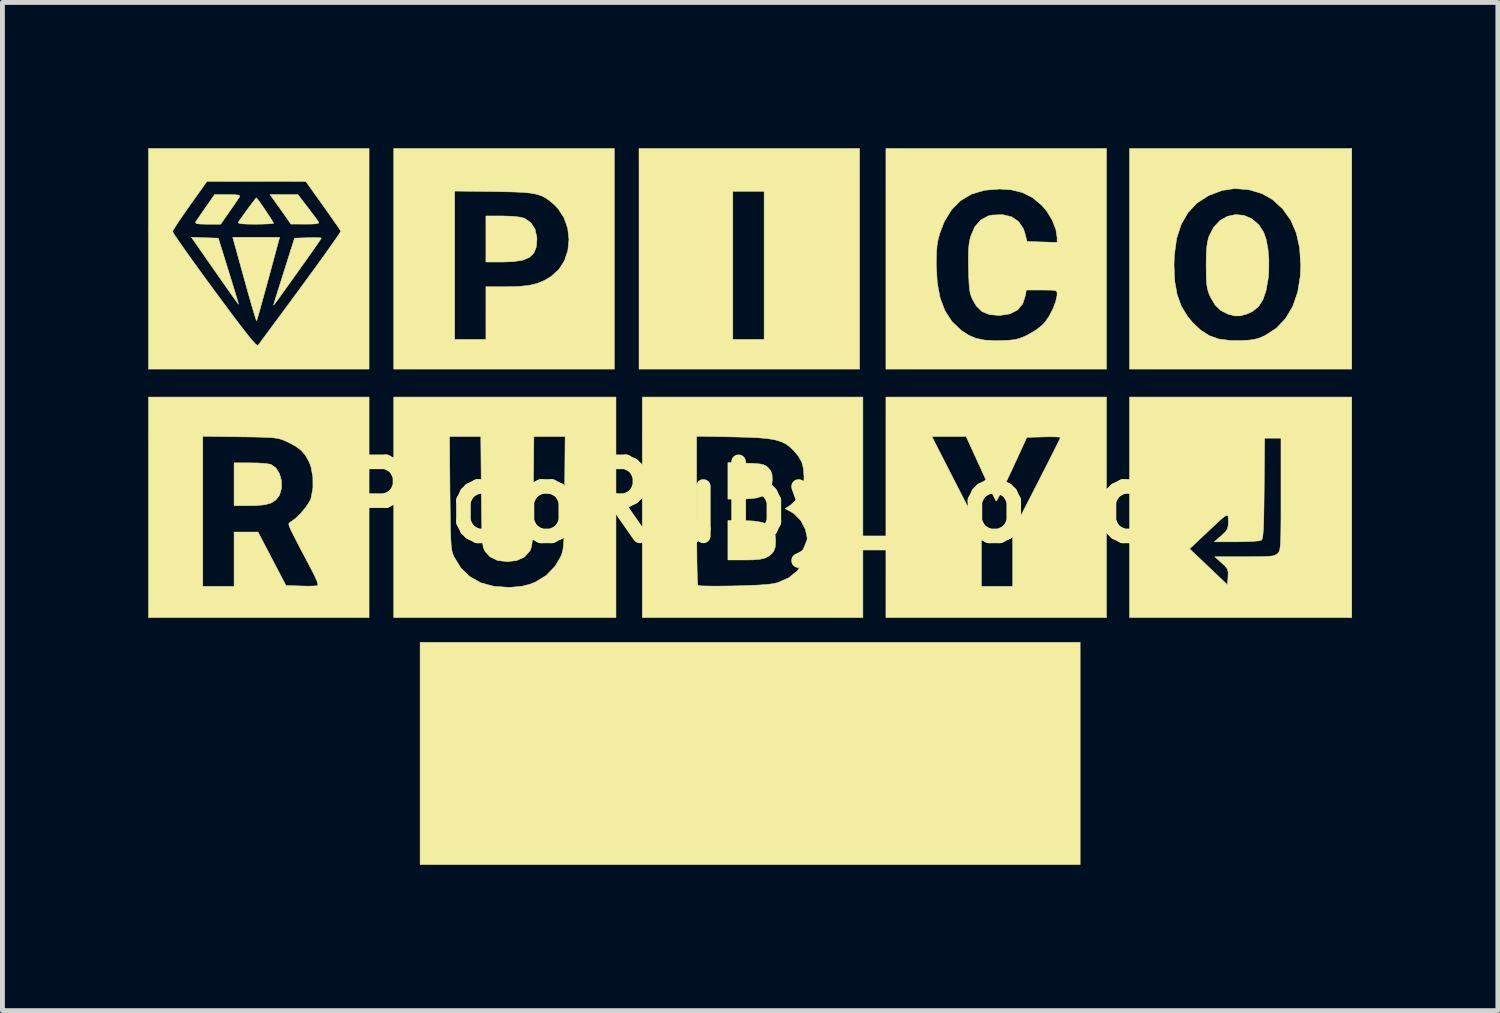
<source format=kicad_pcb>
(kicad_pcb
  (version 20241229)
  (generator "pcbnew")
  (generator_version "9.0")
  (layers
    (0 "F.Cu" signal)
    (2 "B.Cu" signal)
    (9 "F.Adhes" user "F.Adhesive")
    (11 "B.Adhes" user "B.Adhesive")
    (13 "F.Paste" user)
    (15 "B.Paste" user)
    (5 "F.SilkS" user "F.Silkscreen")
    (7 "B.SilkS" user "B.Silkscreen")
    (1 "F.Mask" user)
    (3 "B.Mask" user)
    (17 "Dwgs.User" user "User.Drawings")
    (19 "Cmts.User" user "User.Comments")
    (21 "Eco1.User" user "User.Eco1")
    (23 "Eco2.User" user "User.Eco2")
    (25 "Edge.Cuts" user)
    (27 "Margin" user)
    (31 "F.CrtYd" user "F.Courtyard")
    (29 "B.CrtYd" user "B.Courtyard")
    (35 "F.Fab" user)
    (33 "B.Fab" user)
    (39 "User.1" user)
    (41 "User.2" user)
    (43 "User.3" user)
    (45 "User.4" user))
  (footprint "PicoRuby_Logo"
    (layer "F.Cu")
    (at 12.4 7.286)
    (property "Reference" "PicoRuby_Logo" (at 0 0 0) (layer "F.SilkS") (effects (font (size 1.524 1.524) (thickness 0.3))))
    (attr through_hole)
    (fp_poly (pts (xy 6.773 7.451) (xy -6.807 7.451) (xy -6.807 2.879) (xy 6.773 2.879) (xy 6.773 7.451)) (stroke (width 0.01) (type solid)) (fill yes) (layer "F.SilkS"))
    (fp_poly (pts (xy 2.235 -2.743) (xy -2.303 -2.743) (xy -2.303 -6.401) (xy -0.373 -6.401) (xy -0.373 -3.353) (xy 0.271 -3.353) (xy 0.271 -6.401) (xy -0.373 -6.401) (xy -2.303 -6.401) (xy -2.303 -7.281) (xy 2.235 -7.281) (xy 2.235 -2.743)) (stroke (width 0.01) (type solid)) (fill yes) (layer "F.SilkS"))
    (fp_poly (pts (xy -11.236 -5.445) (xy -10.959 -5.436) (xy -10.748 -4.759) (xy -10.686 -4.557) (xy -10.631 -4.379) (xy -10.587 -4.234) (xy -10.557 -4.131) (xy -10.544 -4.081) (xy -10.543 -4.077) (xy -10.564 -4.103) (xy -10.617 -4.176) (xy -10.699 -4.29) (xy -10.803 -4.438) (xy -10.925 -4.612) (xy -11.031 -4.764) (xy -11.513 -5.455) (xy -11.236 -5.445)) (stroke (width 0.01) (type solid)) (fill yes) (layer "F.SilkS"))
    (fp_poly (pts (xy -9.12 -6.071) (xy -9.031 -5.953) (xy -8.956 -5.854) (xy -8.907 -5.785) (xy -8.894 -5.766) (xy -8.897 -5.745) (xy -8.943 -5.732) (xy -9.039 -5.726) (xy -9.167 -5.725) (xy -9.466 -5.726) (xy -9.553 -5.852) (xy -9.622 -5.95) (xy -9.708 -6.072) (xy -9.768 -6.155) (xy -9.895 -6.333) (xy -9.322 -6.333) (xy -9.12 -6.071)) (stroke (width 0.01) (type solid)) (fill yes) (layer "F.SilkS"))
    (fp_poly (pts (xy -4.901 -5.886) (xy -4.741 -5.867) (xy -4.656 -5.844) (xy -4.529 -5.756) (xy -4.442 -5.621) (xy -4.404 -5.449) (xy -4.403 -5.409) (xy -4.418 -5.249) (xy -4.467 -5.127) (xy -4.558 -5.04) (xy -4.695 -4.984) (xy -4.885 -4.953) (xy -5.115 -4.945) (xy -5.453 -4.945) (xy -5.453 -5.893) (xy -5.113 -5.893) (xy -4.901 -5.886)) (stroke (width 0.01) (type solid)) (fill yes) (layer "F.SilkS"))
    (fp_poly (pts (xy -0.195 0.373) (xy 0.049 0.383) (xy 0.234 0.412) (xy 0.365 0.466) (xy 0.45 0.547) (xy 0.496 0.659) (xy 0.508 0.791) (xy 0.499 0.92) (xy 0.467 1.007) (xy 0.437 1.046) (xy 0.369 1.106) (xy 0.29 1.146) (xy 0.183 1.171) (xy 0.036 1.183) (xy -0.138 1.185) (xy -0.474 1.185) (xy -0.474 0.373) (xy -0.195 0.373)) (stroke (width 0.01) (type solid)) (fill yes) (layer "F.SilkS"))
    (fp_poly (pts (xy -10.144 -0.81) (xy -10.007 -0.801) (xy -9.907 -0.788) (xy -9.874 -0.78) (xy -9.773 -0.708) (xy -9.7 -0.591) (xy -9.66 -0.448) (xy -9.657 -0.297) (xy -9.696 -0.158) (xy -9.71 -0.133) (xy -9.779 -0.046) (xy -9.873 0.013) (xy -10.005 0.049) (xy -10.185 0.066) (xy -10.309 0.068) (xy -10.634 0.068) (xy -10.634 -0.813) (xy -10.298 -0.813) (xy -10.144 -0.81)) (stroke (width 0.01) (type solid)) (fill yes) (layer "F.SilkS"))
    (fp_poly (pts (xy -0.104 -0.807) (xy 0.062 -0.801) (xy 0.175 -0.792) (xy 0.25 -0.777) (xy 0.303 -0.754) (xy 0.348 -0.719) (xy 0.353 -0.714) (xy 0.408 -0.648) (xy 0.434 -0.571) (xy 0.44 -0.457) (xy 0.422 -0.316) (xy 0.365 -0.21) (xy 0.262 -0.136) (xy 0.109 -0.09) (xy -0.101 -0.07) (xy -0.211 -0.068) (xy -0.474 -0.068) (xy -0.474 -0.819) (xy -0.104 -0.807)) (stroke (width 0.01) (type solid)) (fill yes) (layer "F.SilkS"))
    (fp_poly (pts (xy -9.927 -4.601) (xy -9.99 -4.372) (xy -10.047 -4.166) (xy -10.096 -3.99) (xy -10.134 -3.854) (xy -10.16 -3.767) (xy -10.17 -3.738) (xy -10.183 -3.764) (xy -10.21 -3.847) (xy -10.249 -3.974) (xy -10.296 -4.137) (xy -10.345 -4.309) (xy -10.404 -4.523) (xy -10.464 -4.738) (xy -10.518 -4.935) (xy -10.563 -5.096) (xy -10.584 -5.173) (xy -10.662 -5.453) (xy -9.697 -5.453) (xy -9.927 -4.601)) (stroke (width 0.01) (type solid)) (fill yes) (layer "F.SilkS"))
    (fp_poly (pts (xy -10.627 -6.331) (xy -10.547 -6.322) (xy -10.517 -6.306) (xy -10.519 -6.291) (xy -10.548 -6.246) (xy -10.606 -6.16) (xy -10.683 -6.048) (xy -10.727 -5.986) (xy -10.91 -5.723) (xy -11.18 -5.723) (xy -11.319 -5.726) (xy -11.398 -5.734) (xy -11.428 -5.751) (xy -11.426 -5.766) (xy -11.396 -5.811) (xy -11.338 -5.897) (xy -11.261 -6.009) (xy -11.218 -6.071) (xy -11.035 -6.333) (xy -10.765 -6.333) (xy -10.627 -6.331)) (stroke (width 0.01) (type solid)) (fill yes) (layer "F.SilkS"))
    (fp_poly (pts (xy -10.152 -6.239) (xy -10.102 -6.172) (xy -10.036 -6.078) (xy -9.965 -5.973) (xy -9.899 -5.873) (xy -9.848 -5.792) (xy -9.822 -5.746) (xy -9.821 -5.742) (xy -9.853 -5.735) (xy -9.939 -5.729) (xy -10.065 -5.725) (xy -10.196 -5.723) (xy -10.364 -5.725) (xy -10.474 -5.731) (xy -10.532 -5.742) (xy -10.548 -5.758) (xy -10.545 -5.766) (xy -10.506 -5.825) (xy -10.443 -5.913) (xy -10.37 -6.015) (xy -10.295 -6.115) (xy -10.231 -6.2) (xy -10.187 -6.254) (xy -10.175 -6.265) (xy -10.152 -6.239)) (stroke (width 0.01) (type solid)) (fill yes) (layer "F.SilkS"))
    (fp_poly (pts (xy -8.892 -5.446) (xy -8.842 -5.44) (xy -8.839 -5.437) (xy -8.858 -5.405) (xy -8.911 -5.327) (xy -8.993 -5.209) (xy -9.099 -5.059) (xy -9.222 -4.885) (xy -9.319 -4.75) (xy -9.472 -4.535) (xy -9.591 -4.369) (xy -9.679 -4.247) (xy -9.742 -4.16) (xy -9.783 -4.105) (xy -9.806 -4.074) (xy -9.818 -4.061) (xy -9.821 -4.06) (xy -9.82 -4.066) (xy -9.82 -4.067) (xy -9.81 -4.102) (xy -9.783 -4.192) (xy -9.741 -4.327) (xy -9.687 -4.497) (xy -9.625 -4.694) (xy -9.605 -4.758) (xy -9.39 -5.436) (xy -9.115 -5.445) (xy -8.988 -5.448) (xy -8.892 -5.446)) (stroke (width 0.01) (type solid)) (fill yes) (layer "F.SilkS"))
    (fp_poly (pts (xy -2.811 -2.743) (xy -7.349 -2.743) (xy -7.349 -3.353) (xy -6.096 -3.353) (xy -5.453 -3.353) (xy -5.453 -4.437) (xy -5.035 -4.437) (xy -4.779 -4.443) (xy -4.574 -4.463) (xy -4.405 -4.502) (xy -4.255 -4.563) (xy -4.11 -4.649) (xy -3.949 -4.795) (xy -3.834 -4.979) (xy -3.766 -5.189) (xy -3.744 -5.413) (xy -3.77 -5.637) (xy -3.844 -5.851) (xy -3.966 -6.041) (xy -4.055 -6.132) (xy -4.143 -6.206) (xy -4.225 -6.264) (xy -4.311 -6.308) (xy -4.411 -6.34) (xy -4.535 -6.363) (xy -4.692 -6.378) (xy -4.892 -6.387) (xy -5.145 -6.392) (xy -5.292 -6.395) (xy -6.096 -6.405) (xy -6.096 -3.353) (xy -7.349 -3.353) (xy -7.349 -7.281) (xy -2.811 -7.281) (xy -2.811 -2.743)) (stroke (width 0.01) (type solid)) (fill yes) (layer "F.SilkS"))
    (fp_poly (pts (xy 10.141 -5.905) (xy 10.303 -5.836) (xy 10.446 -5.714) (xy 10.546 -5.563) (xy 10.6 -5.411) (xy 10.637 -5.213) (xy 10.656 -4.988) (xy 10.654 -4.754) (xy 10.642 -4.608) (xy 10.598 -4.36) (xy 10.534 -4.17) (xy 10.443 -4.029) (xy 10.32 -3.929) (xy 10.205 -3.876) (xy 10.071 -3.838) (xy 9.958 -3.836) (xy 9.829 -3.87) (xy 9.81 -3.876) (xy 9.663 -3.95) (xy 9.55 -4.06) (xy 9.456 -4.221) (xy 9.444 -4.245) (xy 9.411 -4.327) (xy 9.389 -4.41) (xy 9.375 -4.508) (xy 9.368 -4.639) (xy 9.366 -4.818) (xy 9.365 -4.86) (xy 9.367 -5.071) (xy 9.376 -5.23) (xy 9.392 -5.352) (xy 9.418 -5.455) (xy 9.425 -5.476) (xy 9.52 -5.662) (xy 9.65 -5.799) (xy 9.804 -5.886) (xy 9.971 -5.921) (xy 10.141 -5.905)) (stroke (width 0.01) (type solid)) (fill yes) (layer "F.SilkS"))
    (fp_poly (pts (xy 7.315 2.371) (xy 2.777 2.371) (xy 2.777 -1.355) (xy 3.722 -1.355) (xy 4.231 -0.36) (xy 4.741 0.634) (xy 4.741 1.727) (xy 5.385 1.727) (xy 5.385 0.6) (xy 5.876 -0.357) (xy 5.996 -0.592) (xy 6.105 -0.807) (xy 6.2 -0.995) (xy 6.277 -1.149) (xy 6.333 -1.261) (xy 6.363 -1.324) (xy 6.367 -1.336) (xy 6.335 -1.344) (xy 6.25 -1.348) (xy 6.126 -1.349) (xy 6.021 -1.347) (xy 5.676 -1.338) (xy 5.37 -0.671) (xy 5.279 -0.477) (xy 5.197 -0.308) (xy 5.129 -0.171) (xy 5.077 -0.076) (xy 5.048 -0.03) (xy 5.043 -0.027) (xy 5.023 -0.064) (xy 4.98 -0.153) (xy 4.918 -0.284) (xy 4.841 -0.45) (xy 4.754 -0.639) (xy 4.725 -0.703) (xy 4.427 -1.355) (xy 3.722 -1.355) (xy 2.777 -1.355) (xy 2.777 -2.167) (xy 7.315 -2.167) (xy 7.315 2.371)) (stroke (width 0.01) (type solid)) (fill yes) (layer "F.SilkS"))
    (fp_poly (pts (xy 12.361 -2.743) (xy 7.789 -2.743) (xy 7.789 -4.877) (xy 8.704 -4.877) (xy 8.719 -4.551) (xy 8.768 -4.275) (xy 8.854 -4.038) (xy 8.981 -3.828) (xy 9.083 -3.705) (xy 9.254 -3.543) (xy 9.431 -3.43) (xy 9.627 -3.361) (xy 9.858 -3.331) (xy 10.06 -3.329) (xy 10.227 -3.336) (xy 10.351 -3.352) (xy 10.453 -3.379) (xy 10.558 -3.424) (xy 10.574 -3.431) (xy 10.809 -3.583) (xy 11.001 -3.785) (xy 11.148 -4.034) (xy 11.249 -4.328) (xy 11.303 -4.663) (xy 11.311 -4.877) (xy 11.289 -5.232) (xy 11.221 -5.54) (xy 11.107 -5.805) (xy 10.943 -6.034) (xy 10.931 -6.047) (xy 10.732 -6.229) (xy 10.514 -6.353) (xy 10.259 -6.429) (xy 10.231 -6.434) (xy 9.955 -6.456) (xy 9.69 -6.417) (xy 9.423 -6.315) (xy 9.411 -6.31) (xy 9.177 -6.158) (xy 8.991 -5.961) (xy 8.851 -5.718) (xy 8.758 -5.427) (xy 8.711 -5.086) (xy 8.704 -4.877) (xy 7.789 -4.877) (xy 7.789 -7.281) (xy 12.361 -7.281) (xy 12.361 -2.743)) (stroke (width 0.01) (type solid)) (fill yes) (layer "F.SilkS"))
    (fp_poly (pts (xy -7.857 -2.743) (xy -12.395 -2.743) (xy -12.395 -5.573) (xy -11.9 -5.573) (xy -11.881 -5.538) (xy -11.827 -5.454) (xy -11.739 -5.327) (xy -11.624 -5.164) (xy -11.485 -4.969) (xy -11.326 -4.749) (xy -11.152 -4.51) (xy -11.041 -4.359) (xy -10.816 -4.055) (xy -10.629 -3.804) (xy -10.475 -3.602) (xy -10.354 -3.447) (xy -10.263 -3.335) (xy -10.198 -3.264) (xy -10.159 -3.23) (xy -10.143 -3.229) (xy -10.116 -3.264) (xy -10.054 -3.349) (xy -9.96 -3.476) (xy -9.839 -3.64) (xy -9.695 -3.834) (xy -9.533 -4.054) (xy -9.357 -4.292) (xy -9.268 -4.413) (xy -9.089 -4.658) (xy -8.923 -4.885) (xy -8.775 -5.091) (xy -8.649 -5.268) (xy -8.549 -5.411) (xy -8.478 -5.514) (xy -8.442 -5.572) (xy -8.439 -5.582) (xy -8.461 -5.617) (xy -8.516 -5.698) (xy -8.598 -5.815) (xy -8.7 -5.96) (xy -8.804 -6.107) (xy -9.159 -6.604) (xy -10.176 -6.603) (xy -11.193 -6.602) (xy -11.545 -6.108) (xy -11.658 -5.947) (xy -11.757 -5.803) (xy -11.834 -5.686) (xy -11.884 -5.605) (xy -11.9 -5.573) (xy -12.395 -5.573) (xy -12.395 -7.281) (xy -7.857 -7.281) (xy -7.857 -2.743)) (stroke (width 0.01) (type solid)) (fill yes) (layer "F.SilkS"))
    (fp_poly (pts (xy -7.857 2.371) (xy -12.395 2.371) (xy -12.395 1.727) (xy -11.278 1.727) (xy -10.634 1.727) (xy -10.634 0.61) (xy -10.141 0.61) (xy -9.854 1.16) (xy -9.567 1.71) (xy -9.265 1.72) (xy -9.125 1.723) (xy -9.008 1.721) (xy -8.933 1.716) (xy -8.919 1.713) (xy -8.91 1.685) (xy -8.93 1.616) (xy -8.982 1.5) (xy -9.068 1.333) (xy -9.079 1.314) (xy -9.171 1.139) (xy -9.267 0.957) (xy -9.352 0.793) (xy -9.408 0.683) (xy -9.469 0.561) (xy -9.501 0.485) (xy -9.509 0.442) (xy -9.493 0.416) (xy -9.466 0.399) (xy -9.364 0.326) (xy -9.254 0.216) (xy -9.152 0.091) (xy -9.076 -0.028) (xy -9.05 -0.089) (xy -9.012 -0.298) (xy -9.013 -0.52) (xy -9.051 -0.728) (xy -9.089 -0.83) (xy -9.166 -0.968) (xy -9.256 -1.073) (xy -9.377 -1.161) (xy -9.534 -1.243) (xy -9.601 -1.273) (xy -9.661 -1.297) (xy -9.725 -1.314) (xy -9.802 -1.326) (xy -9.905 -1.335) (xy -10.042 -1.34) (xy -10.224 -1.345) (xy -10.462 -1.348) (xy -10.507 -1.349) (xy -11.278 -1.36) (xy -11.278 1.727) (xy -12.395 1.727) (xy -12.395 -2.167) (xy -7.857 -2.167) (xy -7.857 2.371)) (stroke (width 0.01) (type solid)) (fill yes) (layer "F.SilkS"))
    (fp_poly (pts (xy 2.303 2.371) (xy -2.235 2.371) (xy -2.235 0.16) (xy -1.118 0.16) (xy -1.117 0.475) (xy -1.115 0.769) (xy -1.113 1.035) (xy -1.11 1.267) (xy -1.106 1.457) (xy -1.101 1.598) (xy -1.096 1.684) (xy -1.092 1.708) (xy -1.052 1.715) (xy -0.955 1.72) (xy -0.81 1.722) (xy -0.628 1.722) (xy -0.42 1.72) (xy -0.339 1.718) (xy -0.059 1.711) (xy 0.161 1.701) (xy 0.329 1.689) (xy 0.454 1.673) (xy 0.543 1.653) (xy 0.554 1.65) (xy 0.781 1.549) (xy 0.953 1.409) (xy 1.075 1.227) (xy 1.148 0.998) (xy 1.151 0.984) (xy 1.164 0.763) (xy 1.121 0.556) (xy 1.027 0.375) (xy 0.887 0.233) (xy 0.804 0.182) (xy 0.704 0.13) (xy 0.826 0.047) (xy 0.966 -0.088) (xy 1.055 -0.264) (xy 1.091 -0.477) (xy 1.092 -0.525) (xy 1.08 -0.698) (xy 1.045 -0.831) (xy 0.977 -0.95) (xy 0.896 -1.047) (xy 0.814 -1.13) (xy 0.727 -1.196) (xy 0.628 -1.247) (xy 0.506 -1.284) (xy 0.353 -1.311) (xy 0.159 -1.329) (xy -0.084 -1.34) (xy -0.364 -1.347) (xy -1.118 -1.361) (xy -1.118 0.16) (xy -2.235 0.16) (xy -2.235 -2.167) (xy 2.303 -2.167) (xy 2.303 2.371)) (stroke (width 0.01) (type solid)) (fill yes) (layer "F.SilkS"))
    (fp_poly (pts (xy 12.361 2.371) (xy 7.789 2.371) (xy 7.789 0.955) (xy 9.025 0.955) (xy 9.804 1.696) (xy 9.815 1.534) (xy 9.818 1.437) (xy 9.802 1.371) (xy 9.754 1.31) (xy 9.684 1.245) (xy 9.542 1.118) (xy 10.156 1.118) (xy 10.375 1.117) (xy 10.537 1.115) (xy 10.652 1.11) (xy 10.73 1.102) (xy 10.781 1.088) (xy 10.815 1.069) (xy 10.837 1.05) (xy 10.856 1.029) (xy 10.87 1.002) (xy 10.882 0.962) (xy 10.89 0.902) (xy 10.896 0.815) (xy 10.901 0.693) (xy 10.903 0.529) (xy 10.905 0.317) (xy 10.905 0.049) (xy 10.905 -0.169) (xy 10.905 -1.321) (xy 10.569 -1.321) (xy 10.559 -0.287) (xy 10.556 0.011) (xy 10.552 0.249) (xy 10.548 0.432) (xy 10.542 0.568) (xy 10.534 0.664) (xy 10.525 0.727) (xy 10.513 0.763) (xy 10.499 0.78) (xy 10.447 0.792) (xy 10.342 0.801) (xy 10.198 0.808) (xy 10.029 0.811) (xy 9.991 0.811) (xy 9.533 0.811) (xy 9.678 0.685) (xy 9.762 0.606) (xy 9.805 0.543) (xy 9.82 0.467) (xy 9.822 0.396) (xy 9.821 0.329) (xy 9.816 0.285) (xy 9.798 0.267) (xy 9.762 0.279) (xy 9.701 0.324) (xy 9.609 0.406) (xy 9.478 0.528) (xy 9.361 0.639) (xy 9.025 0.955) (xy 7.789 0.955) (xy 7.789 -2.167) (xy 12.361 -2.167) (xy 12.361 2.371)) (stroke (width 0.01) (type solid)) (fill yes) (layer "F.SilkS"))
    (fp_poly (pts (xy -2.777 2.371) (xy -7.349 2.371) (xy -7.349 -1.355) (xy -6.202 -1.355) (xy -6.192 -0.195) (xy -6.188 0.118) (xy -6.185 0.371) (xy -6.181 0.571) (xy -6.176 0.726) (xy -6.17 0.844) (xy -6.162 0.933) (xy -6.151 0.999) (xy -6.137 1.051) (xy -6.12 1.096) (xy -6.11 1.118) (xy -5.969 1.348) (xy -5.784 1.527) (xy -5.558 1.654) (xy -5.29 1.727) (xy -4.983 1.748) (xy -4.918 1.745) (xy -4.72 1.726) (xy -4.555 1.686) (xy -4.435 1.639) (xy -4.213 1.503) (xy -4.032 1.316) (xy -3.916 1.122) (xy -3.897 1.077) (xy -3.881 1.029) (xy -3.868 0.972) (xy -3.859 0.897) (xy -3.851 0.797) (xy -3.846 0.664) (xy -3.842 0.491) (xy -3.838 0.27) (xy -3.835 -0.007) (xy -3.833 -0.195) (xy -3.823 -1.355) (xy -4.466 -1.355) (xy -4.477 -0.229) (xy -4.48 0.079) (xy -4.483 0.327) (xy -4.487 0.522) (xy -4.492 0.671) (xy -4.498 0.783) (xy -4.507 0.864) (xy -4.518 0.922) (xy -4.532 0.965) (xy -4.549 1) (xy -4.554 1.007) (xy -4.664 1.127) (xy -4.822 1.197) (xy -5.012 1.219) (xy -5.214 1.195) (xy -5.368 1.121) (xy -5.471 1.007) (xy -5.489 0.973) (xy -5.504 0.933) (xy -5.515 0.879) (xy -5.524 0.804) (xy -5.531 0.699) (xy -5.536 0.559) (xy -5.541 0.375) (xy -5.544 0.14) (xy -5.547 -0.154) (xy -5.548 -0.229) (xy -5.558 -1.355) (xy -6.202 -1.355) (xy -7.349 -1.355) (xy -7.349 -2.167) (xy -2.777 -2.167) (xy -2.777 2.371)) (stroke (width 0.01) (type solid)) (fill yes) (layer "F.SilkS"))
    (fp_poly (pts (xy 7.315 -2.743) (xy 2.777 -2.743) (xy 2.777 -4.877) (xy 3.813 -4.877) (xy 3.834 -4.514) (xy 3.893 -4.203) (xy 3.992 -3.941) (xy 4.133 -3.724) (xy 4.317 -3.547) (xy 4.332 -3.535) (xy 4.481 -3.439) (xy 4.631 -3.375) (xy 4.801 -3.34) (xy 5.008 -3.327) (xy 5.133 -3.329) (xy 5.298 -3.335) (xy 5.418 -3.347) (xy 5.516 -3.37) (xy 5.615 -3.408) (xy 5.699 -3.448) (xy 5.857 -3.541) (xy 5.993 -3.647) (xy 6.044 -3.699) (xy 6.131 -3.824) (xy 6.21 -3.975) (xy 6.269 -4.128) (xy 6.298 -4.259) (xy 6.299 -4.285) (xy 6.297 -4.324) (xy 6.281 -4.349) (xy 6.239 -4.362) (xy 6.158 -4.368) (xy 6.026 -4.369) (xy 5.982 -4.369) (xy 5.665 -4.369) (xy 5.646 -4.253) (xy 5.59 -4.082) (xy 5.484 -3.958) (xy 5.33 -3.879) (xy 5.126 -3.847) (xy 5.097 -3.847) (xy 4.904 -3.864) (xy 4.755 -3.925) (xy 4.639 -4.038) (xy 4.572 -4.149) (xy 4.538 -4.224) (xy 4.513 -4.297) (xy 4.497 -4.384) (xy 4.487 -4.499) (xy 4.48 -4.656) (xy 4.476 -4.798) (xy 4.473 -5.017) (xy 4.476 -5.183) (xy 4.487 -5.313) (xy 4.507 -5.421) (xy 4.521 -5.474) (xy 4.604 -5.668) (xy 4.725 -5.808) (xy 4.879 -5.892) (xy 4.959 -5.911) (xy 5.179 -5.92) (xy 5.363 -5.875) (xy 5.505 -5.779) (xy 5.604 -5.634) (xy 5.637 -5.536) (xy 5.68 -5.368) (xy 5.99 -5.358) (xy 6.299 -5.348) (xy 6.299 -5.45) (xy 6.272 -5.62) (xy 6.199 -5.806) (xy 6.089 -5.987) (xy 5.98 -6.115) (xy 5.793 -6.27) (xy 5.59 -6.373) (xy 5.355 -6.431) (xy 5.114 -6.447) (xy 4.808 -6.422) (xy 4.541 -6.343) (xy 4.314 -6.209) (xy 4.126 -6.019) (xy 3.977 -5.774) (xy 3.886 -5.538) (xy 3.852 -5.413) (xy 3.83 -5.29) (xy 3.818 -5.146) (xy 3.813 -4.964) (xy 3.813 -4.877) (xy 2.777 -4.877) (xy 2.777 -7.281) (xy 7.315 -7.281) (xy 7.315 -2.743)) (stroke (width 0.01) (type solid)) (fill yes) (layer "F.SilkS")))
  (gr_rect
    (start -3 -3)
    (end 27.767 17.742)
    (stroke (width 0.1) (type default))
    (fill no)
    (layer "Edge.Cuts")))
</source>
